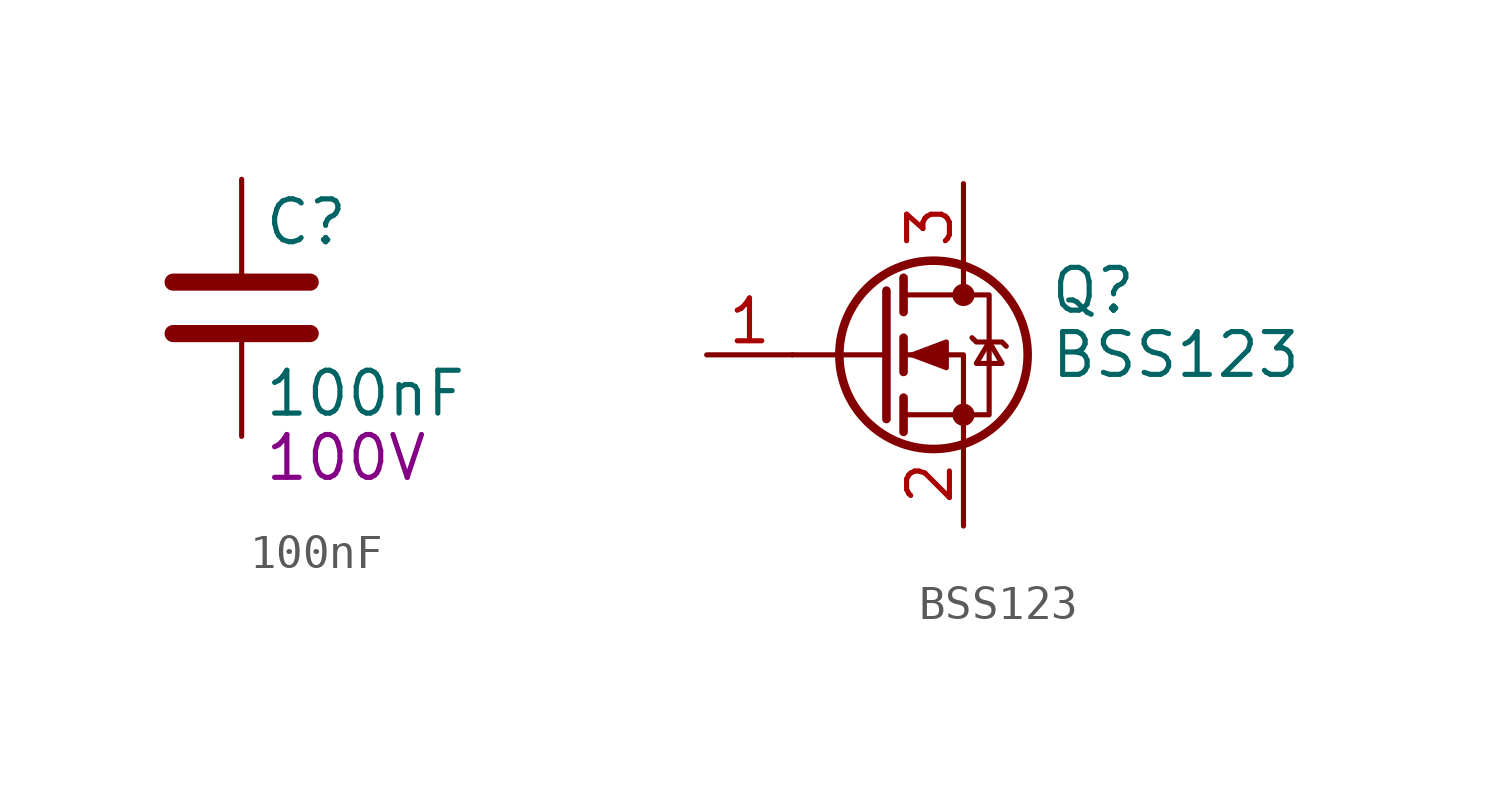
<source format=kicad_sym>
(kicad_symbol_lib
  (version 20211014)
  (generator kicad_symbol_editor)
  (symbol "100nF"
    (pin_numbers hide)
    (pin_names
      (offset 0.254))
    (property "Reference" "C"
      (at 0.635 2.54 0)
      (effects (font (size 1.27 1.27)) (justify left)))
    (property "Value" "100nF"
      (at 0.635 -2.54 0)
      (effects (font (size 1.27 1.27)) (justify left)))
    (property "Rating" "100V"
      (at 0.635 -4.445 0)
      (effects (font (size 1.27 1.27)) (justify left)))
    (symbol "100nF_0_1"
      (polyline (pts (xy -2.032 -0.762) (xy 2.032 -0.762)) (stroke (width 0.508) (type default) (color 0 0 0 0)) (fill (type none)))
      (polyline (pts (xy -2.032 0.762) (xy 2.032 0.762)) (stroke (width 0.508) (type default) (color 0 0 0 0)) (fill (type none))))
    (symbol "100nF_1_1"
      (pin passive line (at 0 3.81 270) (length 2.794) (name "~" (effects (font (size 1.27 1.27)))) (number "1" (effects (font (size 1.27 1.27)))))
      (pin passive line (at 0 -3.81 90) (length 2.794) (name "~" (effects (font (size 1.27 1.27)))) (number "2" (effects (font (size 1.27 1.27)))))))
  (symbol "BSS123"
    (pin_names hide)
    (property "Reference" "Q"
      (at 5.08 1.905 0)
      (effects (font (size 1.27 1.27)) (justify left)))
    (property "Value" "BSS123"
      (at 5.08 0 0)
      (effects (font (size 1.27 1.27)) (justify left)))
    (symbol "BSS123_0_1"
      (polyline (pts (xy 0.254 0) (xy -2.54 0)) (stroke (width 0) (type default) (color 0 0 0 0)) (fill (type none)))
      (polyline (pts (xy 0.254 1.905) (xy 0.254 -1.905)) (stroke (width 0.254) (type default) (color 0 0 0 0)) (fill (type none)))
      (polyline (pts (xy 0.762 -1.27) (xy 0.762 -2.286)) (stroke (width 0.254) (type default) (color 0 0 0 0)) (fill (type none)))
      (polyline (pts (xy 0.762 0.508) (xy 0.762 -0.508)) (stroke (width 0.254) (type default) (color 0 0 0 0)) (fill (type none)))
      (polyline (pts (xy 0.762 2.286) (xy 0.762 1.27)) (stroke (width 0.254) (type default) (color 0 0 0 0)) (fill (type none)))
      (polyline (pts (xy 2.54 2.54) (xy 2.54 1.778)) (stroke (width 0) (type default) (color 0 0 0 0)) (fill (type none)))
      (polyline (pts (xy 2.54 -2.54) (xy 2.54 0) (xy 0.762 0)) (stroke (width 0) (type default) (color 0 0 0 0)) (fill (type none)))
      (polyline (pts (xy 0.762 -1.778) (xy 3.302 -1.778) (xy 3.302 1.778) (xy 0.762 1.778)) (stroke (width 0) (type default) (color 0 0 0 0)) (fill (type none)))
      (polyline (pts (xy 1.016 0) (xy 2.032 0.381) (xy 2.032 -0.381) (xy 1.016 0)) (stroke (width 0) (type default) (color 0 0 0 0)) (fill (type outline)))
      (polyline (pts (xy 2.794 0.508) (xy 2.921 0.381) (xy 3.683 0.381) (xy 3.81 0.254)) (stroke (width 0) (type default) (color 0 0 0 0)) (fill (type none)))
      (polyline (pts (xy 3.302 0.381) (xy 2.921 -0.254) (xy 3.683 -0.254) (xy 3.302 0.381)) (stroke (width 0) (type default) (color 0 0 0 0)) (fill (type none)))
      (circle (center 1.651 0) (radius 2.794) (stroke (width 0.254) (type default) (color 0 0 0 0)) (fill (type none)))
      (circle (center 2.54 -1.778) (radius 0.254) (stroke (width 0) (type default) (color 0 0 0 0)) (fill (type outline)))
      (circle (center 2.54 1.778) (radius 0.254) (stroke (width 0) (type default) (color 0 0 0 0)) (fill (type outline))))
    (symbol "BSS123_1_1"
      (pin input line (at -5.08 0 0) (length 2.54) (name "G" (effects (font (size 1.27 1.27)))) (number "1" (effects (font (size 1.27 1.27)))))
      (pin passive line (at 2.54 -5.08 90) (length 2.54) (name "S" (effects (font (size 1.27 1.27)))) (number "2" (effects (font (size 1.27 1.27)))))
      (pin passive line (at 2.54 5.08 270) (length 2.54) (name "D" (effects (font (size 1.27 1.27)))) (number "3" (effects (font (size 1.27 1.27))))))))
</source>
